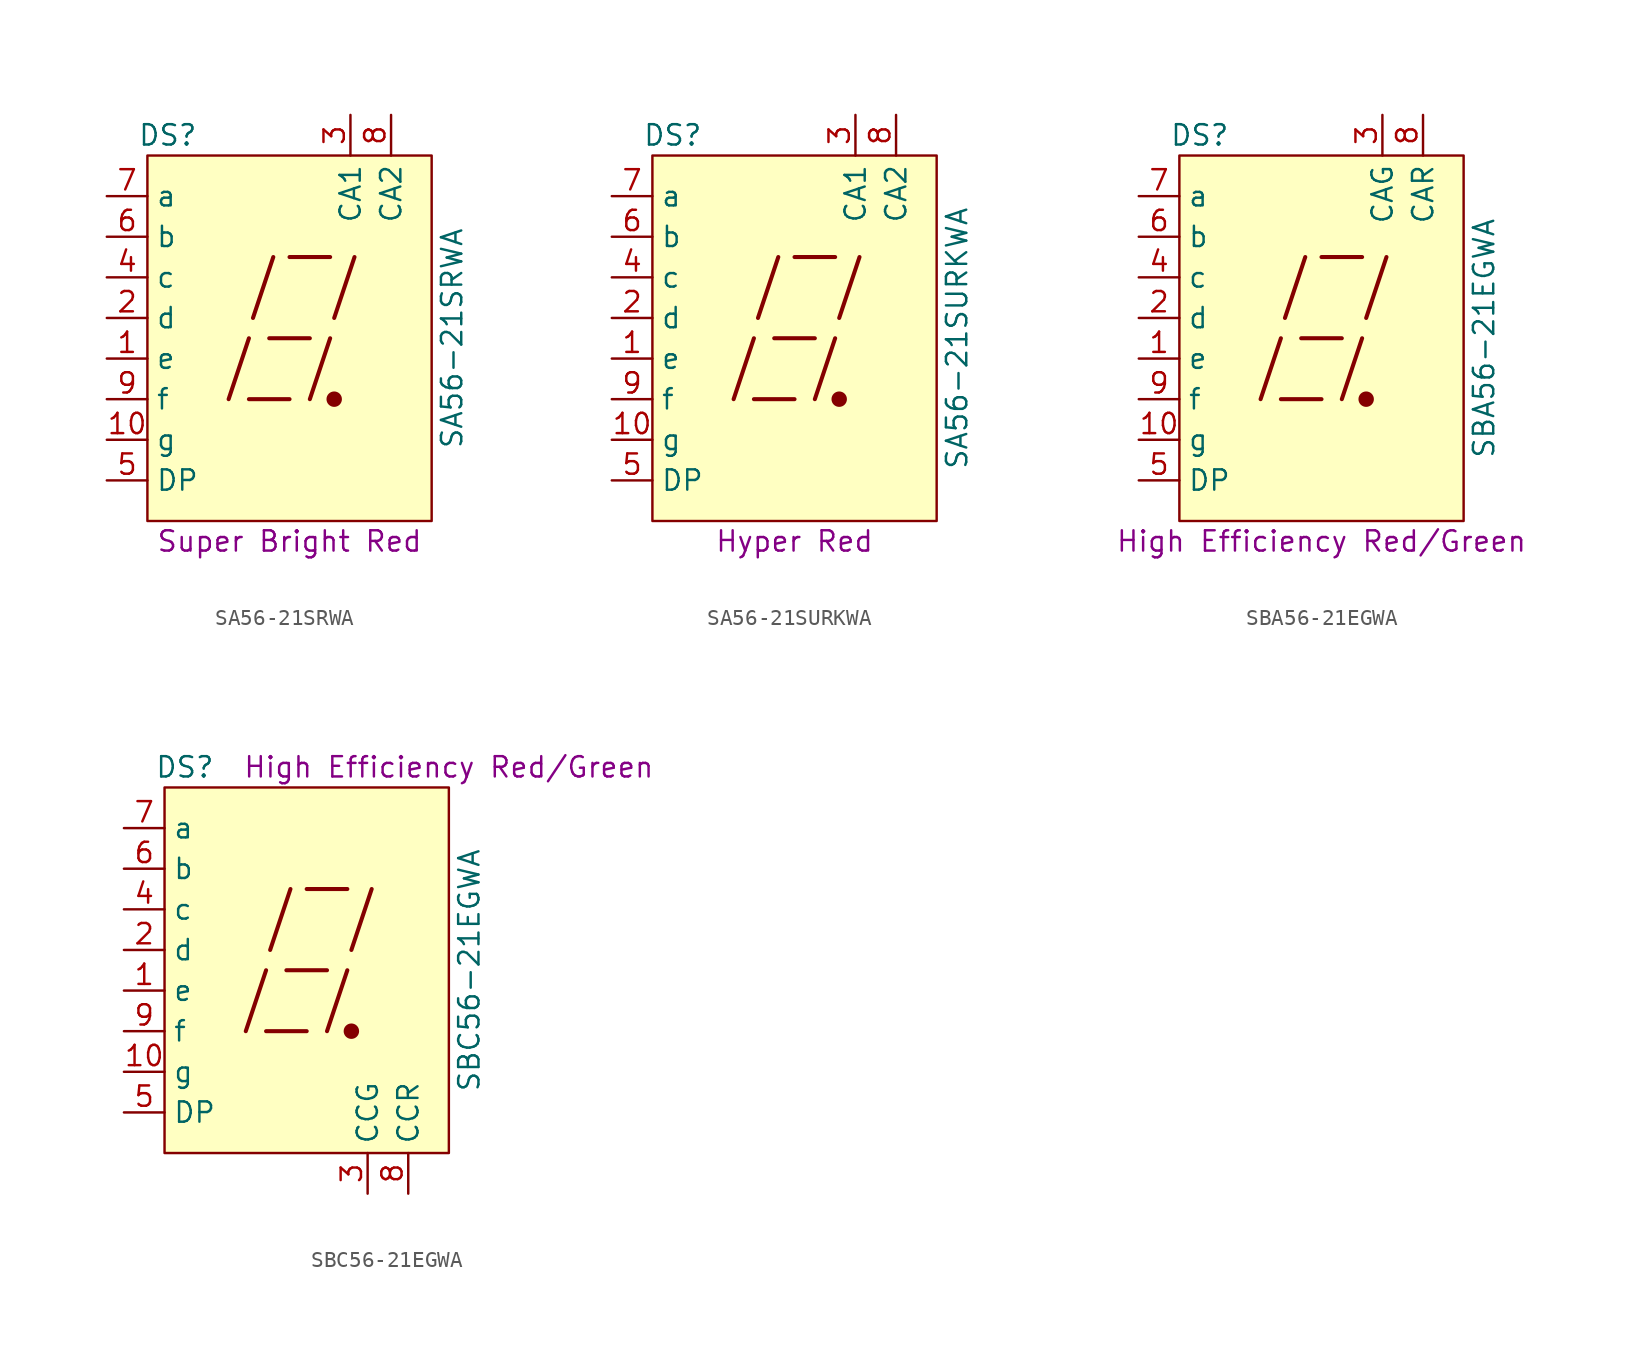
<source format=kicad_sym>
(kicad_symbol_lib
  (version 20211014)
  (generator kicad_symbol_editor)
  (symbol "SA56-21SRWA"
    (property "Reference" "DS"
      (at -7.62 12.7 0)
      (effects (font (size 1.27 1.27))))
    (property "Value" "SA56-21SRWA"
      (at 10.16 0 90)
      (effects (font (size 1.27 1.27))))
    (property "Color" "Super Bright Red"
      (at 0 -12.7 0)
      (effects (font (size 1.27 1.27))))
    (symbol "SA56-21SRWA_0_0"
      (rectangle (start -8.89 11.43) (end 8.89 -11.43) (stroke (width 0) (type default) (color 0 0 0 0)) (fill (type background)))
      (polyline (pts (xy -3.81 -3.81) (xy -2.54 0)) (stroke (width 0.254) (type default) (color 0 0 0 0)) (fill (type none)))
      (polyline (pts (xy -2.54 -3.81) (xy 0 -3.81)) (stroke (width 0.254) (type default) (color 0 0 0 0)) (fill (type none)))
      (polyline (pts (xy -2.286 1.27) (xy -1.016 5.08)) (stroke (width 0.254) (type default) (color 0 0 0 0)) (fill (type none)))
      (polyline (pts (xy -1.27 0) (xy 1.27 0)) (stroke (width 0.254) (type default) (color 0 0 0 0)) (fill (type none)))
      (polyline (pts (xy 0 5.08) (xy 2.54 5.08)) (stroke (width 0.254) (type default) (color 0 0 0 0)) (fill (type none)))
      (polyline (pts (xy 1.27 -3.81) (xy 2.54 0)) (stroke (width 0.254) (type default) (color 0 0 0 0)) (fill (type none)))
      (polyline (pts (xy 2.794 1.27) (xy 4.064 5.08)) (stroke (width 0.254) (type default) (color 0 0 0 0)) (fill (type none))))
    (symbol "SA56-21SRWA_0_1"
      (circle (center 2.794 -3.81) (radius 0.356) (stroke (width 0.254) (type default) (color 0 0 0 0)) (fill (type outline))))
    (symbol "SA56-21SRWA_1_1"
      (pin passive line (at -11.43 -1.27 0) (length 2.54) (name "e" (effects (font (size 1.27 1.27)))) (number "1" (effects (font (size 1.27 1.27)))))
      (pin passive line (at -11.43 -6.35 0) (length 2.54) (name "g" (effects (font (size 1.27 1.27)))) (number "10" (effects (font (size 1.27 1.27)))))
      (pin passive line (at -11.43 1.27 0) (length 2.54) (name "d" (effects (font (size 1.27 1.27)))) (number "2" (effects (font (size 1.27 1.27)))))
      (pin passive line (at 3.81 13.97 270) (length 2.54) (name "CA1" (effects (font (size 1.27 1.27)))) (number "3" (effects (font (size 1.27 1.27)))))
      (pin passive line (at -11.43 3.81 0) (length 2.54) (name "c" (effects (font (size 1.27 1.27)))) (number "4" (effects (font (size 1.27 1.27)))))
      (pin passive line (at -11.43 -8.89 0) (length 2.54) (name "DP" (effects (font (size 1.27 1.27)))) (number "5" (effects (font (size 1.27 1.27)))))
      (pin passive line (at -11.43 6.35 0) (length 2.54) (name "b" (effects (font (size 1.27 1.27)))) (number "6" (effects (font (size 1.27 1.27)))))
      (pin passive line (at -11.43 8.89 0) (length 2.54) (name "a" (effects (font (size 1.27 1.27)))) (number "7" (effects (font (size 1.27 1.27)))))
      (pin passive line (at 6.35 13.97 270) (length 2.54) (name "CA2" (effects (font (size 1.27 1.27)))) (number "8" (effects (font (size 1.27 1.27)))))
      (pin passive line (at -11.43 -3.81 0) (length 2.54) (name "f" (effects (font (size 1.27 1.27)))) (number "9" (effects (font (size 1.27 1.27)))))))
  (symbol "SA56-21SURKWA"
    (property "Reference" "DS"
      (at -7.62 12.7 0)
      (effects (font (size 1.27 1.27))))
    (property "Value" "SA56-21SURKWA"
      (at 10.16 0 90)
      (effects (font (size 1.27 1.27))))
    (property "Color" "Hyper Red"
      (at 0 -12.7 0)
      (effects (font (size 1.27 1.27))))
    (symbol "SA56-21SURKWA_0_0"
      (rectangle (start -8.89 11.43) (end 8.89 -11.43) (stroke (width 0) (type default) (color 0 0 0 0)) (fill (type background)))
      (polyline (pts (xy -3.81 -3.81) (xy -2.54 0)) (stroke (width 0.254) (type default) (color 0 0 0 0)) (fill (type none)))
      (polyline (pts (xy -2.54 -3.81) (xy 0 -3.81)) (stroke (width 0.254) (type default) (color 0 0 0 0)) (fill (type none)))
      (polyline (pts (xy -2.286 1.27) (xy -1.016 5.08)) (stroke (width 0.254) (type default) (color 0 0 0 0)) (fill (type none)))
      (polyline (pts (xy -1.27 0) (xy 1.27 0)) (stroke (width 0.254) (type default) (color 0 0 0 0)) (fill (type none)))
      (polyline (pts (xy 0 5.08) (xy 2.54 5.08)) (stroke (width 0.254) (type default) (color 0 0 0 0)) (fill (type none)))
      (polyline (pts (xy 1.27 -3.81) (xy 2.54 0)) (stroke (width 0.254) (type default) (color 0 0 0 0)) (fill (type none)))
      (polyline (pts (xy 2.794 1.27) (xy 4.064 5.08)) (stroke (width 0.254) (type default) (color 0 0 0 0)) (fill (type none))))
    (symbol "SA56-21SURKWA_0_1"
      (circle (center 2.794 -3.81) (radius 0.356) (stroke (width 0.254) (type default) (color 0 0 0 0)) (fill (type outline))))
    (symbol "SA56-21SURKWA_1_1"
      (pin passive line (at -11.43 -1.27 0) (length 2.54) (name "e" (effects (font (size 1.27 1.27)))) (number "1" (effects (font (size 1.27 1.27)))))
      (pin passive line (at -11.43 -6.35 0) (length 2.54) (name "g" (effects (font (size 1.27 1.27)))) (number "10" (effects (font (size 1.27 1.27)))))
      (pin passive line (at -11.43 1.27 0) (length 2.54) (name "d" (effects (font (size 1.27 1.27)))) (number "2" (effects (font (size 1.27 1.27)))))
      (pin passive line (at 3.81 13.97 270) (length 2.54) (name "CA1" (effects (font (size 1.27 1.27)))) (number "3" (effects (font (size 1.27 1.27)))))
      (pin passive line (at -11.43 3.81 0) (length 2.54) (name "c" (effects (font (size 1.27 1.27)))) (number "4" (effects (font (size 1.27 1.27)))))
      (pin passive line (at -11.43 -8.89 0) (length 2.54) (name "DP" (effects (font (size 1.27 1.27)))) (number "5" (effects (font (size 1.27 1.27)))))
      (pin passive line (at -11.43 6.35 0) (length 2.54) (name "b" (effects (font (size 1.27 1.27)))) (number "6" (effects (font (size 1.27 1.27)))))
      (pin passive line (at -11.43 8.89 0) (length 2.54) (name "a" (effects (font (size 1.27 1.27)))) (number "7" (effects (font (size 1.27 1.27)))))
      (pin passive line (at 6.35 13.97 270) (length 2.54) (name "CA2" (effects (font (size 1.27 1.27)))) (number "8" (effects (font (size 1.27 1.27)))))
      (pin passive line (at -11.43 -3.81 0) (length 2.54) (name "f" (effects (font (size 1.27 1.27)))) (number "9" (effects (font (size 1.27 1.27)))))))
  (symbol "SBA56-21EGWA"
    (property "Reference" "DS"
      (at -7.62 12.7 0)
      (effects (font (size 1.27 1.27))))
    (property "Value" "SBA56-21EGWA"
      (at 10.16 0 90)
      (effects (font (size 1.27 1.27))))
    (property "Color" "High Efficiency Red/Green"
      (at 0 -12.7 0)
      (effects (font (size 1.27 1.27))))
    (symbol "SBA56-21EGWA_0_0"
      (rectangle (start -8.89 11.43) (end 8.89 -11.43) (stroke (width 0) (type default) (color 0 0 0 0)) (fill (type background)))
      (polyline (pts (xy -3.81 -3.81) (xy -2.54 0)) (stroke (width 0.254) (type default) (color 0 0 0 0)) (fill (type none)))
      (polyline (pts (xy -2.54 -3.81) (xy 0 -3.81)) (stroke (width 0.254) (type default) (color 0 0 0 0)) (fill (type none)))
      (polyline (pts (xy -2.286 1.27) (xy -1.016 5.08)) (stroke (width 0.254) (type default) (color 0 0 0 0)) (fill (type none)))
      (polyline (pts (xy -1.27 0) (xy 1.27 0)) (stroke (width 0.254) (type default) (color 0 0 0 0)) (fill (type none)))
      (polyline (pts (xy 0 5.08) (xy 2.54 5.08)) (stroke (width 0.254) (type default) (color 0 0 0 0)) (fill (type none)))
      (polyline (pts (xy 1.27 -3.81) (xy 2.54 0)) (stroke (width 0.254) (type default) (color 0 0 0 0)) (fill (type none)))
      (polyline (pts (xy 2.794 1.27) (xy 4.064 5.08)) (stroke (width 0.254) (type default) (color 0 0 0 0)) (fill (type none))))
    (symbol "SBA56-21EGWA_0_1"
      (circle (center 2.794 -3.81) (radius 0.356) (stroke (width 0.254) (type default) (color 0 0 0 0)) (fill (type outline))))
    (symbol "SBA56-21EGWA_1_1"
      (pin passive line (at -11.43 -1.27 0) (length 2.54) (name "e" (effects (font (size 1.27 1.27)))) (number "1" (effects (font (size 1.27 1.27)))))
      (pin passive line (at -11.43 -6.35 0) (length 2.54) (name "g" (effects (font (size 1.27 1.27)))) (number "10" (effects (font (size 1.27 1.27)))))
      (pin passive line (at -11.43 1.27 0) (length 2.54) (name "d" (effects (font (size 1.27 1.27)))) (number "2" (effects (font (size 1.27 1.27)))))
      (pin passive line (at 3.81 13.97 270) (length 2.54) (name "CAG" (effects (font (size 1.27 1.27)))) (number "3" (effects (font (size 1.27 1.27)))))
      (pin passive line (at -11.43 3.81 0) (length 2.54) (name "c" (effects (font (size 1.27 1.27)))) (number "4" (effects (font (size 1.27 1.27)))))
      (pin passive line (at -11.43 -8.89 0) (length 2.54) (name "DP" (effects (font (size 1.27 1.27)))) (number "5" (effects (font (size 1.27 1.27)))))
      (pin passive line (at -11.43 6.35 0) (length 2.54) (name "b" (effects (font (size 1.27 1.27)))) (number "6" (effects (font (size 1.27 1.27)))))
      (pin passive line (at -11.43 8.89 0) (length 2.54) (name "a" (effects (font (size 1.27 1.27)))) (number "7" (effects (font (size 1.27 1.27)))))
      (pin passive line (at 6.35 13.97 270) (length 2.54) (name "CAR" (effects (font (size 1.27 1.27)))) (number "8" (effects (font (size 1.27 1.27)))))
      (pin passive line (at -11.43 -3.81 0) (length 2.54) (name "f" (effects (font (size 1.27 1.27)))) (number "9" (effects (font (size 1.27 1.27)))))))
  (symbol "SBC56-21EGWA"
    (property "Reference" "DS"
      (at -7.62 12.7 0)
      (effects (font (size 1.27 1.27))))
    (property "Value" "SBC56-21EGWA"
      (at 10.16 0 90)
      (effects (font (size 1.27 1.27))))
    (property "Color" "High Efficiency Red/Green"
      (at 8.89 12.7 0)
      (effects (font (size 1.27 1.27))))
    (symbol "SBC56-21EGWA_0_0"
      (rectangle (start -8.89 11.43) (end 8.89 -11.43) (stroke (width 0) (type default) (color 0 0 0 0)) (fill (type background)))
      (polyline (pts (xy -3.81 -3.81) (xy -2.54 0)) (stroke (width 0.254) (type default) (color 0 0 0 0)) (fill (type none)))
      (polyline (pts (xy -2.54 -3.81) (xy 0 -3.81)) (stroke (width 0.254) (type default) (color 0 0 0 0)) (fill (type none)))
      (polyline (pts (xy -2.286 1.27) (xy -1.016 5.08)) (stroke (width 0.254) (type default) (color 0 0 0 0)) (fill (type none)))
      (polyline (pts (xy -1.27 0) (xy 1.27 0)) (stroke (width 0.254) (type default) (color 0 0 0 0)) (fill (type none)))
      (polyline (pts (xy 0 5.08) (xy 2.54 5.08)) (stroke (width 0.254) (type default) (color 0 0 0 0)) (fill (type none)))
      (polyline (pts (xy 1.27 -3.81) (xy 2.54 0)) (stroke (width 0.254) (type default) (color 0 0 0 0)) (fill (type none)))
      (polyline (pts (xy 2.794 1.27) (xy 4.064 5.08)) (stroke (width 0.254) (type default) (color 0 0 0 0)) (fill (type none))))
    (symbol "SBC56-21EGWA_0_1"
      (circle (center 2.794 -3.81) (radius 0.356) (stroke (width 0.254) (type default) (color 0 0 0 0)) (fill (type outline))))
    (symbol "SBC56-21EGWA_1_1"
      (pin passive line (at -11.43 -1.27 0) (length 2.54) (name "e" (effects (font (size 1.27 1.27)))) (number "1" (effects (font (size 1.27 1.27)))))
      (pin passive line (at -11.43 -6.35 0) (length 2.54) (name "g" (effects (font (size 1.27 1.27)))) (number "10" (effects (font (size 1.27 1.27)))))
      (pin passive line (at -11.43 1.27 0) (length 2.54) (name "d" (effects (font (size 1.27 1.27)))) (number "2" (effects (font (size 1.27 1.27)))))
      (pin passive line (at 3.81 -13.97 90) (length 2.54) (name "CCG" (effects (font (size 1.27 1.27)))) (number "3" (effects (font (size 1.27 1.27)))))
      (pin passive line (at -11.43 3.81 0) (length 2.54) (name "c" (effects (font (size 1.27 1.27)))) (number "4" (effects (font (size 1.27 1.27)))))
      (pin passive line (at -11.43 -8.89 0) (length 2.54) (name "DP" (effects (font (size 1.27 1.27)))) (number "5" (effects (font (size 1.27 1.27)))))
      (pin passive line (at -11.43 6.35 0) (length 2.54) (name "b" (effects (font (size 1.27 1.27)))) (number "6" (effects (font (size 1.27 1.27)))))
      (pin passive line (at -11.43 8.89 0) (length 2.54) (name "a" (effects (font (size 1.27 1.27)))) (number "7" (effects (font (size 1.27 1.27)))))
      (pin passive line (at 6.35 -13.97 90) (length 2.54) (name "CCR" (effects (font (size 1.27 1.27)))) (number "8" (effects (font (size 1.27 1.27)))))
      (pin passive line (at -11.43 -3.81 0) (length 2.54) (name "f" (effects (font (size 1.27 1.27)))) (number "9" (effects (font (size 1.27 1.27))))))))
</source>
